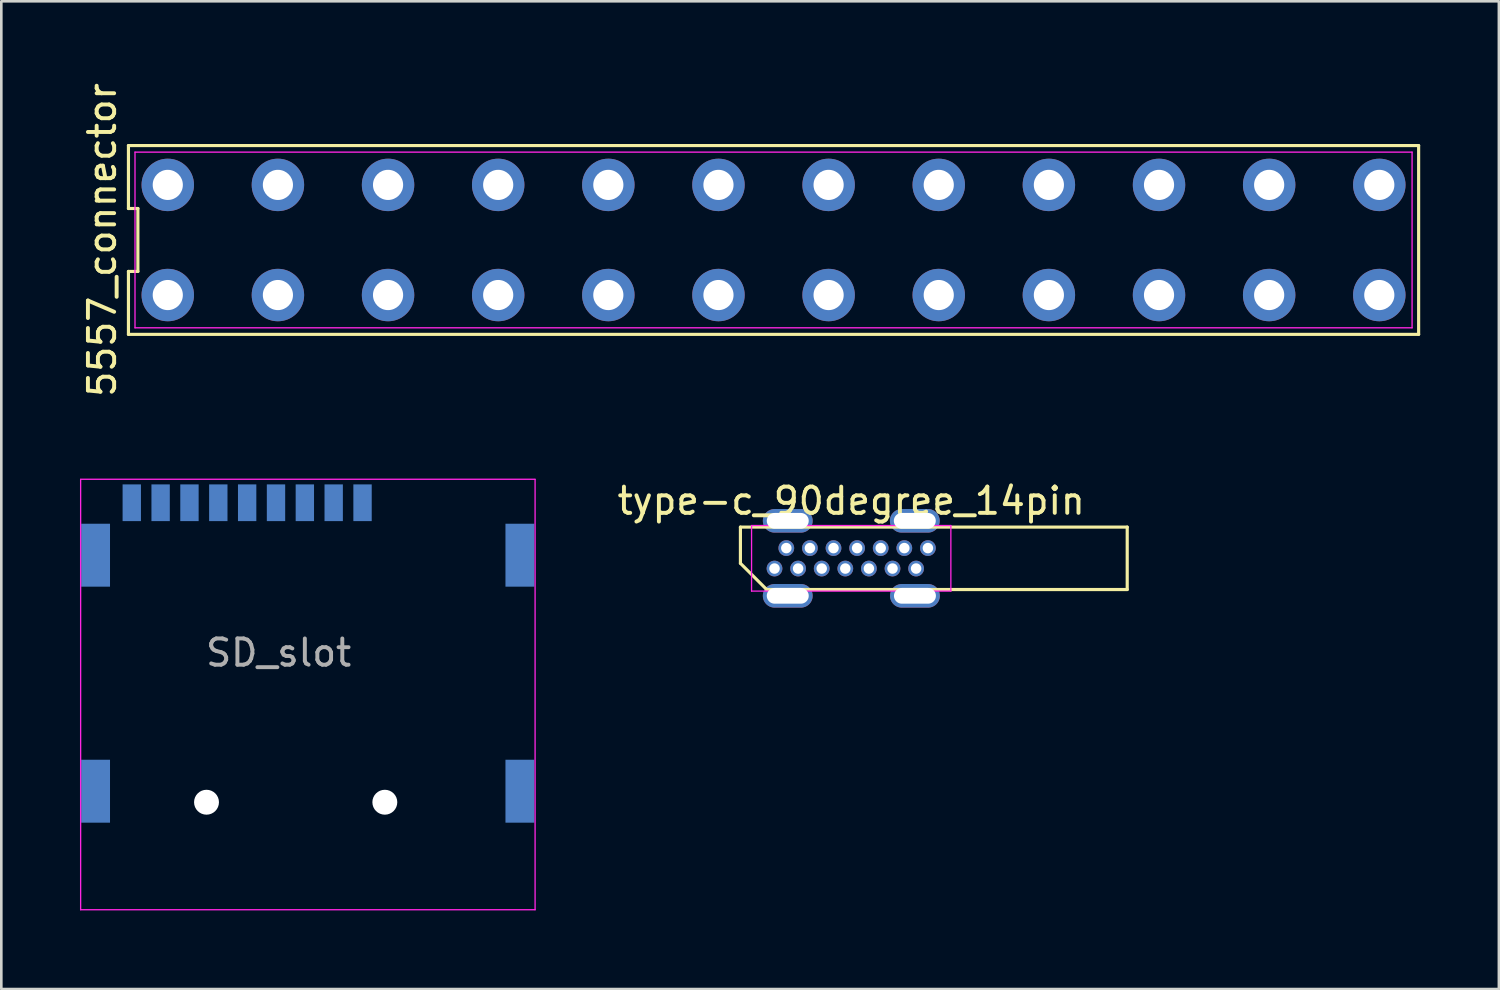
<source format=kicad_pcb>
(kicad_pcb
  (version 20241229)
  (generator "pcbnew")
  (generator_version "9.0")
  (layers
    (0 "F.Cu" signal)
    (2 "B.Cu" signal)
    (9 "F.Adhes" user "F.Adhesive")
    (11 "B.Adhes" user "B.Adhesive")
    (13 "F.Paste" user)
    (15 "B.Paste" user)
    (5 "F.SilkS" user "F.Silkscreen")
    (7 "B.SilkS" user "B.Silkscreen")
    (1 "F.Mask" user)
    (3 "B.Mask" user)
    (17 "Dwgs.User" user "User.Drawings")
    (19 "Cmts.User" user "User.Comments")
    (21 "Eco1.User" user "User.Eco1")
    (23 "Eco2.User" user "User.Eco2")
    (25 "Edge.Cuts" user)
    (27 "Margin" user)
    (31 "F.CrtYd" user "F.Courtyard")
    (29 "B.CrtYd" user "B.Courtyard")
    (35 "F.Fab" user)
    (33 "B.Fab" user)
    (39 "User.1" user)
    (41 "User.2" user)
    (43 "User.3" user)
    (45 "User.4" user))
  (footprint "SD_slot"
    (layer "F.Cu")
    (at 7.575 19.342)
    (property "Reference" "SD_slot" (at 0 -0.5 0) (unlocked yes) (layer "User.5") (effects (font (size 1 1) (thickness 0.15))))
    (fp_line (start -7.55 -4.115) (end 9.78 -4.115) (stroke (width 0.05) (type solid)) (layer "F.CrtYd"))
    (fp_line (start -7.55 12.3) (end -7.55 -4.11) (stroke (width 0.05) (type solid)) (layer "F.CrtYd"))
    (fp_line (start 9.78 -4.11) (end 9.78 12.3) (stroke (width 0.05) (type solid)) (layer "F.CrtYd"))
    (fp_line (start 9.78 12.3) (end -7.55 12.3) (stroke (width 0.05) (type solid)) (layer "F.CrtYd"))
    (fp_text user "${REFERENCE}" (at 0 2.5 0) (unlocked yes) (layer "F.Fab") (effects (font (size 1 1) (thickness 0.15))))
    (pad "" np_thru_hole circle (at -2.75 8.2) (size 0.95 0.95) (drill 0.95) (layers "*.Cu" "*.Mask"))
    (pad "" np_thru_hole circle (at 4.05 8.2) (size 0.95 0.95) (drill 0.95) (layers "*.Cu" "*.Mask"))
    (pad "1" smd rect (at 3.2 -3.22) (size 0.7 1.4) (layers "B.Cu" "B.Mask" "B.Paste"))
    (pad "2" smd rect (at 2.1 -3.22) (size 0.7 1.4) (layers "B.Cu" "B.Mask" "B.Paste"))
    (pad "3" smd rect (at 1 -3.22) (size 0.7 1.4) (layers "B.Cu" "B.Mask" "B.Paste"))
    (pad "4" smd rect (at -0.1 -3.22) (size 0.7 1.4) (layers "B.Cu" "B.Mask" "B.Paste"))
    (pad "5" smd rect (at -1.2 -3.22) (size 0.7 1.4) (layers "B.Cu" "B.Mask" "B.Paste"))
    (pad "6" smd rect (at -2.3 -3.22) (size 0.7 1.4) (layers "B.Cu" "B.Mask" "B.Paste"))
    (pad "7" smd rect (at -3.4 -3.22) (size 0.7 1.4) (layers "B.Cu" "B.Mask" "B.Paste"))
    (pad "8" smd rect (at -4.5 -3.22) (size 0.7 1.4) (layers "B.Cu" "B.Mask" "B.Paste"))
    (pad "9" smd rect (at -5.6 -3.22) (size 0.7 1.4) (layers "B.Cu" "B.Mask" "B.Paste"))
    (pad "11" smd rect (at -6.98 -1.22) (size 1.1 2.4) (layers "B.Cu" "B.Mask" "B.Paste"))
    (pad "11" smd rect (at -6.98 7.78) (size 1.1 2.4) (layers "B.Cu" "B.Mask" "B.Paste"))
    (pad "11" smd rect (at 9.2 -1.22) (size 1.1 2.4) (layers "B.Cu" "B.Mask" "B.Paste"))
    (pad "11" smd rect (at 9.2 7.78) (size 1.1 2.4) (layers "B.Cu" "B.Mask" "B.Paste")))
  (footprint "5557_connector"
    (layer "F.Cu")
    (at 26.448 6.101)
    (property "Reference" "5557_connector" (at -25.6 0 90) (layer "F.SilkS") (effects (font (size 1 1) (thickness 0.15))))
    (fp_line (start -24.6 -3.6) (end -24.6 -1.2) (stroke (width 0.12) (type solid)) (layer "F.SilkS"))
    (fp_line (start -24.6 -1.2) (end -24.24 -1.2) (stroke (width 0.12) (type solid)) (layer "F.SilkS"))
    (fp_line (start -24.6 1.2) (end -24.6 3.6) (stroke (width 0.12) (type solid)) (layer "F.SilkS"))
    (fp_line (start -24.6 3.6) (end 24.6 3.6) (stroke (width 0.12) (type solid)) (layer "F.SilkS"))
    (fp_line (start -24.24 -1.2) (end -24.24 1.2) (stroke (width 0.12) (type solid)) (layer "F.SilkS"))
    (fp_line (start -24.24 1.2) (end -24.6 1.2) (stroke (width 0.12) (type solid)) (layer "F.SilkS"))
    (fp_line (start 24.6 -3.6) (end -24.6 -3.6) (stroke (width 0.12) (type solid)) (layer "F.SilkS"))
    (fp_line (start 24.6 3.6) (end 24.6 -3.6) (stroke (width 0.12) (type solid)) (layer "F.SilkS"))
    (fp_line (start -24.35 -3.35) (end 24.35 -3.35) (stroke (width 0.05) (type solid)) (layer "F.CrtYd"))
    (fp_line (start -24.35 3.35) (end -24.35 -3.35) (stroke (width 0.05) (type solid)) (layer "F.CrtYd"))
    (fp_line (start 24.35 -3.35) (end 24.35 3.35) (stroke (width 0.05) (type solid)) (layer "F.CrtYd"))
    (fp_line (start 24.35 3.35) (end -24.35 3.35) (stroke (width 0.05) (type solid)) (layer "F.CrtYd"))
    (pad "1" thru_hole circle (at -23.1 2.1) (size 2 2) (drill 1.15) (layers "*.Cu" "*.Mask"))
    (pad "2" thru_hole circle (at -18.9 2.1) (size 2 2) (drill 1.15) (layers "*.Cu" "*.Mask"))
    (pad "3" thru_hole circle (at -14.7 2.1) (size 2 2) (drill 1.15) (layers "*.Cu" "*.Mask"))
    (pad "4" thru_hole circle (at -10.5 2.1) (size 2 2) (drill 1.15) (layers "*.Cu" "*.Mask"))
    (pad "5" thru_hole circle (at -6.3 2.1) (size 2 2) (drill 1.15) (layers "*.Cu" "*.Mask"))
    (pad "6" thru_hole circle (at -2.1 2.1) (size 2 2) (drill 1.15) (layers "*.Cu" "*.Mask"))
    (pad "7" thru_hole circle (at 2.1 2.1) (size 2 2) (drill 1.15) (layers "*.Cu" "*.Mask"))
    (pad "8" thru_hole circle (at 6.3 2.1) (size 2 2) (drill 1.15) (layers "*.Cu" "*.Mask"))
    (pad "9" thru_hole circle (at 10.5 2.1) (size 2 2) (drill 1.15) (layers "*.Cu" "*.Mask"))
    (pad "10" thru_hole circle (at 14.7 2.1) (size 2 2) (drill 1.15) (layers "*.Cu" "*.Mask"))
    (pad "11" thru_hole circle (at 18.9 2.1) (size 2 2) (drill 1.15) (layers "*.Cu" "*.Mask"))
    (pad "12" thru_hole circle (at 23.1 2.1) (size 2 2) (drill 1.15) (layers "*.Cu" "*.Mask"))
    (pad "13" thru_hole circle (at -23.1 -2.1) (size 2 2) (drill 1.15) (layers "*.Cu" "*.Mask"))
    (pad "14" thru_hole circle (at -18.9 -2.1) (size 2 2) (drill 1.15) (layers "*.Cu" "*.Mask"))
    (pad "15" thru_hole circle (at -14.7 -2.1) (size 2 2) (drill 1.15) (layers "*.Cu" "*.Mask"))
    (pad "16" thru_hole circle (at -10.5 -2.1) (size 2 2) (drill 1.15) (layers "*.Cu" "*.Mask"))
    (pad "17" thru_hole circle (at -6.3 -2.1) (size 2 2) (drill 1.15) (layers "*.Cu" "*.Mask"))
    (pad "18" thru_hole circle (at -2.1 -2.1) (size 2 2) (drill 1.15) (layers "*.Cu" "*.Mask"))
    (pad "19" thru_hole circle (at 2.1 -2.1 90) (size 2 2) (drill 1.15) (layers "*.Cu" "*.Mask"))
    (pad "20" thru_hole circle (at 6.3 -2.1) (size 2 2) (drill 1.15) (layers "*.Cu" "*.Mask"))
    (pad "21" thru_hole circle (at 10.5 -2.1) (size 2 2) (drill 1.15) (layers "*.Cu" "*.Mask"))
    (pad "22" thru_hole circle (at 14.7 -2.1) (size 2 2) (drill 1.15) (layers "*.Cu" "*.Mask"))
    (pad "23" thru_hole circle (at 18.9 -2.1) (size 2 2) (drill 1.15) (layers "*.Cu" "*.Mask"))
    (pad "24" thru_hole circle (at 23.1 -2.1) (size 2 2) (drill 1.15) (layers "*.Cu" "*.Mask")))
  (footprint "type-c_90degree_14pin"
    (layer "F.Cu")
    (at 29.41 18.241)
    (property "Reference" "type-c_90degree_14pin" (at 0 -2.19 0) (layer "F.SilkS") (effects (font (size 1 1) (thickness 0.15))))
    (fp_line (start -4.225 -1.19) (end 10.525 -1.19) (stroke (width 0.12) (type solid)) (layer "F.SilkS"))
    (fp_line (start -4.225 0.19) (end -4.225 -1.19) (stroke (width 0.12) (type solid)) (layer "F.SilkS"))
    (fp_line (start -3.225 1.19) (end -4.225 0.19) (stroke (width 0.12) (type solid)) (layer "F.SilkS"))
    (fp_line (start 10.525 -1.19) (end 10.525 1.19) (stroke (width 0.12) (type solid)) (layer "F.SilkS"))
    (fp_line (start 10.525 1.19) (end -3.225 1.19) (stroke (width 0.12) (type solid)) (layer "F.SilkS"))
    (fp_line (start -3.8 -1.25) (end 3.8 -1.25) (stroke (width 0.05) (type solid)) (layer "F.CrtYd"))
    (fp_line (start -3.8 1.25) (end -3.8 -1.25) (stroke (width 0.05) (type solid)) (layer "F.CrtYd"))
    (fp_line (start 3.8 -1.25) (end 3.8 1.25) (stroke (width 0.05) (type solid)) (layer "F.CrtYd"))
    (fp_line (start 3.8 1.25) (end -3.8 1.25) (stroke (width 0.05) (type solid)) (layer "F.CrtYd"))
    (pad "1" thru_hole oval (at -2.925 0.39) (size 0.6 0.6) (drill 0.4) (layers "*.Cu" "*.Mask"))
    (pad "2" thru_hole oval (at -2.475 -0.39) (size 0.6 0.6) (drill 0.4) (layers "*.Cu" "*.Mask"))
    (pad "3" thru_hole oval (at -2.025 0.39) (size 0.6 0.6) (drill 0.4) (layers "*.Cu" "*.Mask"))
    (pad "4" thru_hole oval (at -1.575 -0.39) (size 0.6 0.6) (drill 0.4) (layers "*.Cu" "*.Mask"))
    (pad "5" thru_hole oval (at -1.125 0.39) (size 0.6 0.6) (drill 0.4) (layers "*.Cu" "*.Mask"))
    (pad "6" thru_hole oval (at -0.675 -0.39) (size 0.6 0.6) (drill 0.4) (layers "*.Cu" "*.Mask"))
    (pad "7" thru_hole oval (at -0.225 0.39) (size 0.6 0.6) (drill 0.4) (layers "*.Cu" "*.Mask"))
    (pad "8" thru_hole oval (at 0.225 -0.39) (size 0.6 0.6) (drill 0.4) (layers "*.Cu" "*.Mask"))
    (pad "9" thru_hole oval (at 0.675 0.39) (size 0.6 0.6) (drill 0.4) (layers "*.Cu" "*.Mask"))
    (pad "10" thru_hole oval (at 1.125 -0.39) (size 0.6 0.6) (drill 0.4) (layers "*.Cu" "*.Mask"))
    (pad "11" thru_hole oval (at 1.575 0.39) (size 0.6 0.6) (drill 0.4) (layers "*.Cu" "*.Mask"))
    (pad "12" thru_hole oval (at 2.025 -0.39) (size 0.6 0.6) (drill 0.4) (layers "*.Cu" "*.Mask"))
    (pad "13" thru_hole oval (at 2.475 0.39) (size 0.6 0.6) (drill 0.4) (layers "*.Cu" "*.Mask"))
    (pad "14" thru_hole oval (at 2.925 -0.39) (size 0.6 0.6) (drill 0.4) (layers "*.Cu" "*.Mask"))
    (pad "15" thru_hole oval (at -2.42 -1.43) (size 1.9 0.9) (drill oval 1.6 0.6) (layers "*.Cu" "*.Mask"))
    (pad "15" thru_hole oval (at -2.42 1.43) (size 1.9 0.9) (drill oval 1.6 0.6) (layers "*.Cu" "*.Mask"))
    (pad "15" thru_hole oval (at 2.425 -1.43) (size 1.9 0.9) (drill oval 1.6 0.6) (layers "*.Cu" "*.Mask"))
    (pad "15" thru_hole oval (at 2.43 1.43) (size 1.9 0.9) (drill oval 1.6 0.6) (layers "*.Cu" "*.Mask")))
  (gr_rect
    (start -3 -3)
    (end 54.108 34.667)
    (stroke (width 0.1) (type default))
    (fill no)
    (layer "Edge.Cuts")))
</source>
